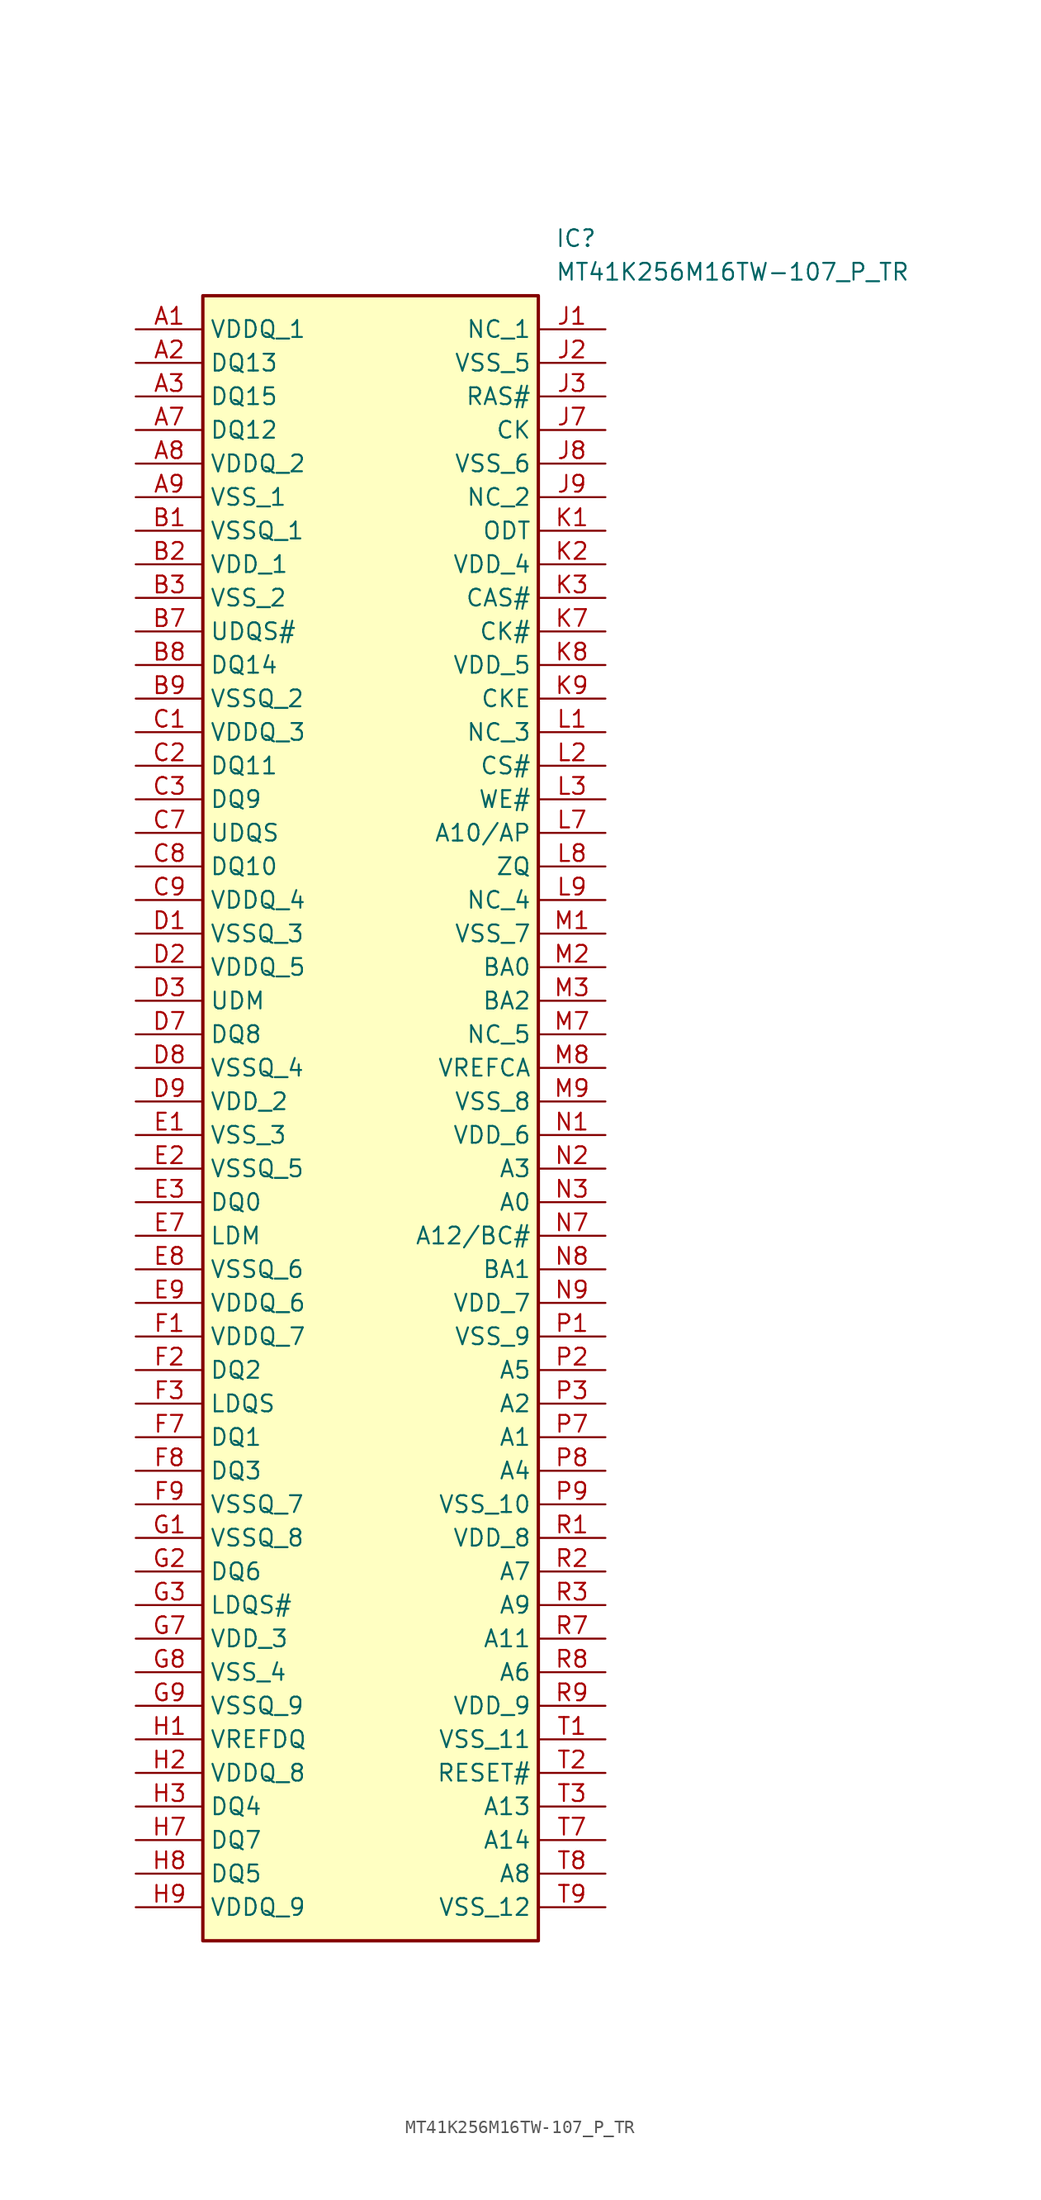
<source format=kicad_sym>
(kicad_symbol_lib
  (version 20211014)
  (generator SamacSys_ECAD_Model)
  (symbol "MT41K256M16TW-107_P_TR"
    (property "Reference" "IC"
      (at 31.75 7.62 0)
      (effects (font (size 1.27 1.27)) (justify left top)))
    (property "Value" "MT41K256M16TW-107_P_TR"
      (at 31.75 5.08 0)
      (effects (font (size 1.27 1.27)) (justify left top)))
    (rectangle
      (start 5.08 2.54)
      (end 30.48 -121.92)
      (stroke (width 0.254) (type default))
      (fill (type background)))
    (pin passive line
      (at 0 0 0)
      (length 5.08)
      (name "VDDQ_1" (effects (font (size 1.27 1.27))))
      (number "A1" (effects (font (size 1.27 1.27)))))
    (pin passive line
      (at 0 -2.54 0)
      (length 5.08)
      (name "DQ13" (effects (font (size 1.27 1.27))))
      (number "A2" (effects (font (size 1.27 1.27)))))
    (pin passive line
      (at 0 -5.08 0)
      (length 5.08)
      (name "DQ15" (effects (font (size 1.27 1.27))))
      (number "A3" (effects (font (size 1.27 1.27)))))
    (pin passive line
      (at 0 -7.62 0)
      (length 5.08)
      (name "DQ12" (effects (font (size 1.27 1.27))))
      (number "A7" (effects (font (size 1.27 1.27)))))
    (pin passive line
      (at 0 -10.16 0)
      (length 5.08)
      (name "VDDQ_2" (effects (font (size 1.27 1.27))))
      (number "A8" (effects (font (size 1.27 1.27)))))
    (pin passive line
      (at 0 -12.7 0)
      (length 5.08)
      (name "VSS_1" (effects (font (size 1.27 1.27))))
      (number "A9" (effects (font (size 1.27 1.27)))))
    (pin passive line
      (at 0 -15.24 0)
      (length 5.08)
      (name "VSSQ_1" (effects (font (size 1.27 1.27))))
      (number "B1" (effects (font (size 1.27 1.27)))))
    (pin passive line
      (at 0 -17.78 0)
      (length 5.08)
      (name "VDD_1" (effects (font (size 1.27 1.27))))
      (number "B2" (effects (font (size 1.27 1.27)))))
    (pin passive line
      (at 0 -20.32 0)
      (length 5.08)
      (name "VSS_2" (effects (font (size 1.27 1.27))))
      (number "B3" (effects (font (size 1.27 1.27)))))
    (pin passive line
      (at 0 -22.86 0)
      (length 5.08)
      (name "UDQS#" (effects (font (size 1.27 1.27))))
      (number "B7" (effects (font (size 1.27 1.27)))))
    (pin passive line
      (at 0 -25.4 0)
      (length 5.08)
      (name "DQ14" (effects (font (size 1.27 1.27))))
      (number "B8" (effects (font (size 1.27 1.27)))))
    (pin passive line
      (at 0 -27.94 0)
      (length 5.08)
      (name "VSSQ_2" (effects (font (size 1.27 1.27))))
      (number "B9" (effects (font (size 1.27 1.27)))))
    (pin passive line
      (at 0 -30.48 0)
      (length 5.08)
      (name "VDDQ_3" (effects (font (size 1.27 1.27))))
      (number "C1" (effects (font (size 1.27 1.27)))))
    (pin passive line
      (at 0 -33.02 0)
      (length 5.08)
      (name "DQ11" (effects (font (size 1.27 1.27))))
      (number "C2" (effects (font (size 1.27 1.27)))))
    (pin passive line
      (at 0 -35.56 0)
      (length 5.08)
      (name "DQ9" (effects (font (size 1.27 1.27))))
      (number "C3" (effects (font (size 1.27 1.27)))))
    (pin passive line
      (at 0 -38.1 0)
      (length 5.08)
      (name "UDQS" (effects (font (size 1.27 1.27))))
      (number "C7" (effects (font (size 1.27 1.27)))))
    (pin passive line
      (at 0 -40.64 0)
      (length 5.08)
      (name "DQ10" (effects (font (size 1.27 1.27))))
      (number "C8" (effects (font (size 1.27 1.27)))))
    (pin passive line
      (at 0 -43.18 0)
      (length 5.08)
      (name "VDDQ_4" (effects (font (size 1.27 1.27))))
      (number "C9" (effects (font (size 1.27 1.27)))))
    (pin passive line
      (at 0 -45.72 0)
      (length 5.08)
      (name "VSSQ_3" (effects (font (size 1.27 1.27))))
      (number "D1" (effects (font (size 1.27 1.27)))))
    (pin passive line
      (at 0 -48.26 0)
      (length 5.08)
      (name "VDDQ_5" (effects (font (size 1.27 1.27))))
      (number "D2" (effects (font (size 1.27 1.27)))))
    (pin passive line
      (at 0 -50.8 0)
      (length 5.08)
      (name "UDM" (effects (font (size 1.27 1.27))))
      (number "D3" (effects (font (size 1.27 1.27)))))
    (pin passive line
      (at 0 -53.34 0)
      (length 5.08)
      (name "DQ8" (effects (font (size 1.27 1.27))))
      (number "D7" (effects (font (size 1.27 1.27)))))
    (pin passive line
      (at 0 -55.88 0)
      (length 5.08)
      (name "VSSQ_4" (effects (font (size 1.27 1.27))))
      (number "D8" (effects (font (size 1.27 1.27)))))
    (pin passive line
      (at 0 -58.42 0)
      (length 5.08)
      (name "VDD_2" (effects (font (size 1.27 1.27))))
      (number "D9" (effects (font (size 1.27 1.27)))))
    (pin passive line
      (at 0 -60.96 0)
      (length 5.08)
      (name "VSS_3" (effects (font (size 1.27 1.27))))
      (number "E1" (effects (font (size 1.27 1.27)))))
    (pin passive line
      (at 0 -63.5 0)
      (length 5.08)
      (name "VSSQ_5" (effects (font (size 1.27 1.27))))
      (number "E2" (effects (font (size 1.27 1.27)))))
    (pin passive line
      (at 0 -66.04 0)
      (length 5.08)
      (name "DQ0" (effects (font (size 1.27 1.27))))
      (number "E3" (effects (font (size 1.27 1.27)))))
    (pin passive line
      (at 0 -68.58 0)
      (length 5.08)
      (name "LDM" (effects (font (size 1.27 1.27))))
      (number "E7" (effects (font (size 1.27 1.27)))))
    (pin passive line
      (at 0 -71.12 0)
      (length 5.08)
      (name "VSSQ_6" (effects (font (size 1.27 1.27))))
      (number "E8" (effects (font (size 1.27 1.27)))))
    (pin passive line
      (at 0 -73.66 0)
      (length 5.08)
      (name "VDDQ_6" (effects (font (size 1.27 1.27))))
      (number "E9" (effects (font (size 1.27 1.27)))))
    (pin passive line
      (at 0 -76.2 0)
      (length 5.08)
      (name "VDDQ_7" (effects (font (size 1.27 1.27))))
      (number "F1" (effects (font (size 1.27 1.27)))))
    (pin passive line
      (at 0 -78.74 0)
      (length 5.08)
      (name "DQ2" (effects (font (size 1.27 1.27))))
      (number "F2" (effects (font (size 1.27 1.27)))))
    (pin passive line
      (at 0 -81.28 0)
      (length 5.08)
      (name "LDQS" (effects (font (size 1.27 1.27))))
      (number "F3" (effects (font (size 1.27 1.27)))))
    (pin passive line
      (at 0 -83.82 0)
      (length 5.08)
      (name "DQ1" (effects (font (size 1.27 1.27))))
      (number "F7" (effects (font (size 1.27 1.27)))))
    (pin passive line
      (at 0 -86.36 0)
      (length 5.08)
      (name "DQ3" (effects (font (size 1.27 1.27))))
      (number "F8" (effects (font (size 1.27 1.27)))))
    (pin passive line
      (at 0 -88.9 0)
      (length 5.08)
      (name "VSSQ_7" (effects (font (size 1.27 1.27))))
      (number "F9" (effects (font (size 1.27 1.27)))))
    (pin passive line
      (at 0 -91.44 0)
      (length 5.08)
      (name "VSSQ_8" (effects (font (size 1.27 1.27))))
      (number "G1" (effects (font (size 1.27 1.27)))))
    (pin passive line
      (at 0 -93.98 0)
      (length 5.08)
      (name "DQ6" (effects (font (size 1.27 1.27))))
      (number "G2" (effects (font (size 1.27 1.27)))))
    (pin passive line
      (at 0 -96.52 0)
      (length 5.08)
      (name "LDQS#" (effects (font (size 1.27 1.27))))
      (number "G3" (effects (font (size 1.27 1.27)))))
    (pin passive line
      (at 0 -99.06 0)
      (length 5.08)
      (name "VDD_3" (effects (font (size 1.27 1.27))))
      (number "G7" (effects (font (size 1.27 1.27)))))
    (pin passive line
      (at 0 -101.6 0)
      (length 5.08)
      (name "VSS_4" (effects (font (size 1.27 1.27))))
      (number "G8" (effects (font (size 1.27 1.27)))))
    (pin passive line
      (at 0 -104.14 0)
      (length 5.08)
      (name "VSSQ_9" (effects (font (size 1.27 1.27))))
      (number "G9" (effects (font (size 1.27 1.27)))))
    (pin passive line
      (at 0 -106.68 0)
      (length 5.08)
      (name "VREFDQ" (effects (font (size 1.27 1.27))))
      (number "H1" (effects (font (size 1.27 1.27)))))
    (pin passive line
      (at 0 -109.22 0)
      (length 5.08)
      (name "VDDQ_8" (effects (font (size 1.27 1.27))))
      (number "H2" (effects (font (size 1.27 1.27)))))
    (pin passive line
      (at 0 -111.76 0)
      (length 5.08)
      (name "DQ4" (effects (font (size 1.27 1.27))))
      (number "H3" (effects (font (size 1.27 1.27)))))
    (pin passive line
      (at 0 -114.3 0)
      (length 5.08)
      (name "DQ7" (effects (font (size 1.27 1.27))))
      (number "H7" (effects (font (size 1.27 1.27)))))
    (pin passive line
      (at 0 -116.84 0)
      (length 5.08)
      (name "DQ5" (effects (font (size 1.27 1.27))))
      (number "H8" (effects (font (size 1.27 1.27)))))
    (pin passive line
      (at 0 -119.38 0)
      (length 5.08)
      (name "VDDQ_9" (effects (font (size 1.27 1.27))))
      (number "H9" (effects (font (size 1.27 1.27)))))
    (pin passive line
      (at 35.56 0 180)
      (length 5.08)
      (name "NC_1" (effects (font (size 1.27 1.27))))
      (number "J1" (effects (font (size 1.27 1.27)))))
    (pin passive line
      (at 35.56 -2.54 180)
      (length 5.08)
      (name "VSS_5" (effects (font (size 1.27 1.27))))
      (number "J2" (effects (font (size 1.27 1.27)))))
    (pin passive line
      (at 35.56 -5.08 180)
      (length 5.08)
      (name "RAS#" (effects (font (size 1.27 1.27))))
      (number "J3" (effects (font (size 1.27 1.27)))))
    (pin passive line
      (at 35.56 -7.62 180)
      (length 5.08)
      (name "CK" (effects (font (size 1.27 1.27))))
      (number "J7" (effects (font (size 1.27 1.27)))))
    (pin passive line
      (at 35.56 -10.16 180)
      (length 5.08)
      (name "VSS_6" (effects (font (size 1.27 1.27))))
      (number "J8" (effects (font (size 1.27 1.27)))))
    (pin passive line
      (at 35.56 -12.7 180)
      (length 5.08)
      (name "NC_2" (effects (font (size 1.27 1.27))))
      (number "J9" (effects (font (size 1.27 1.27)))))
    (pin passive line
      (at 35.56 -15.24 180)
      (length 5.08)
      (name "ODT" (effects (font (size 1.27 1.27))))
      (number "K1" (effects (font (size 1.27 1.27)))))
    (pin passive line
      (at 35.56 -17.78 180)
      (length 5.08)
      (name "VDD_4" (effects (font (size 1.27 1.27))))
      (number "K2" (effects (font (size 1.27 1.27)))))
    (pin passive line
      (at 35.56 -20.32 180)
      (length 5.08)
      (name "CAS#" (effects (font (size 1.27 1.27))))
      (number "K3" (effects (font (size 1.27 1.27)))))
    (pin passive line
      (at 35.56 -22.86 180)
      (length 5.08)
      (name "CK#" (effects (font (size 1.27 1.27))))
      (number "K7" (effects (font (size 1.27 1.27)))))
    (pin passive line
      (at 35.56 -25.4 180)
      (length 5.08)
      (name "VDD_5" (effects (font (size 1.27 1.27))))
      (number "K8" (effects (font (size 1.27 1.27)))))
    (pin passive line
      (at 35.56 -27.94 180)
      (length 5.08)
      (name "CKE" (effects (font (size 1.27 1.27))))
      (number "K9" (effects (font (size 1.27 1.27)))))
    (pin passive line
      (at 35.56 -30.48 180)
      (length 5.08)
      (name "NC_3" (effects (font (size 1.27 1.27))))
      (number "L1" (effects (font (size 1.27 1.27)))))
    (pin passive line
      (at 35.56 -33.02 180)
      (length 5.08)
      (name "CS#" (effects (font (size 1.27 1.27))))
      (number "L2" (effects (font (size 1.27 1.27)))))
    (pin passive line
      (at 35.56 -35.56 180)
      (length 5.08)
      (name "WE#" (effects (font (size 1.27 1.27))))
      (number "L3" (effects (font (size 1.27 1.27)))))
    (pin passive line
      (at 35.56 -38.1 180)
      (length 5.08)
      (name "A10/AP" (effects (font (size 1.27 1.27))))
      (number "L7" (effects (font (size 1.27 1.27)))))
    (pin passive line
      (at 35.56 -40.64 180)
      (length 5.08)
      (name "ZQ" (effects (font (size 1.27 1.27))))
      (number "L8" (effects (font (size 1.27 1.27)))))
    (pin passive line
      (at 35.56 -43.18 180)
      (length 5.08)
      (name "NC_4" (effects (font (size 1.27 1.27))))
      (number "L9" (effects (font (size 1.27 1.27)))))
    (pin passive line
      (at 35.56 -45.72 180)
      (length 5.08)
      (name "VSS_7" (effects (font (size 1.27 1.27))))
      (number "M1" (effects (font (size 1.27 1.27)))))
    (pin passive line
      (at 35.56 -48.26 180)
      (length 5.08)
      (name "BA0" (effects (font (size 1.27 1.27))))
      (number "M2" (effects (font (size 1.27 1.27)))))
    (pin passive line
      (at 35.56 -50.8 180)
      (length 5.08)
      (name "BA2" (effects (font (size 1.27 1.27))))
      (number "M3" (effects (font (size 1.27 1.27)))))
    (pin passive line
      (at 35.56 -53.34 180)
      (length 5.08)
      (name "NC_5" (effects (font (size 1.27 1.27))))
      (number "M7" (effects (font (size 1.27 1.27)))))
    (pin passive line
      (at 35.56 -55.88 180)
      (length 5.08)
      (name "VREFCA" (effects (font (size 1.27 1.27))))
      (number "M8" (effects (font (size 1.27 1.27)))))
    (pin passive line
      (at 35.56 -58.42 180)
      (length 5.08)
      (name "VSS_8" (effects (font (size 1.27 1.27))))
      (number "M9" (effects (font (size 1.27 1.27)))))
    (pin passive line
      (at 35.56 -60.96 180)
      (length 5.08)
      (name "VDD_6" (effects (font (size 1.27 1.27))))
      (number "N1" (effects (font (size 1.27 1.27)))))
    (pin passive line
      (at 35.56 -63.5 180)
      (length 5.08)
      (name "A3" (effects (font (size 1.27 1.27))))
      (number "N2" (effects (font (size 1.27 1.27)))))
    (pin passive line
      (at 35.56 -66.04 180)
      (length 5.08)
      (name "A0" (effects (font (size 1.27 1.27))))
      (number "N3" (effects (font (size 1.27 1.27)))))
    (pin passive line
      (at 35.56 -68.58 180)
      (length 5.08)
      (name "A12/BC#" (effects (font (size 1.27 1.27))))
      (number "N7" (effects (font (size 1.27 1.27)))))
    (pin passive line
      (at 35.56 -71.12 180)
      (length 5.08)
      (name "BA1" (effects (font (size 1.27 1.27))))
      (number "N8" (effects (font (size 1.27 1.27)))))
    (pin passive line
      (at 35.56 -73.66 180)
      (length 5.08)
      (name "VDD_7" (effects (font (size 1.27 1.27))))
      (number "N9" (effects (font (size 1.27 1.27)))))
    (pin passive line
      (at 35.56 -76.2 180)
      (length 5.08)
      (name "VSS_9" (effects (font (size 1.27 1.27))))
      (number "P1" (effects (font (size 1.27 1.27)))))
    (pin passive line
      (at 35.56 -78.74 180)
      (length 5.08)
      (name "A5" (effects (font (size 1.27 1.27))))
      (number "P2" (effects (font (size 1.27 1.27)))))
    (pin passive line
      (at 35.56 -81.28 180)
      (length 5.08)
      (name "A2" (effects (font (size 1.27 1.27))))
      (number "P3" (effects (font (size 1.27 1.27)))))
    (pin passive line
      (at 35.56 -83.82 180)
      (length 5.08)
      (name "A1" (effects (font (size 1.27 1.27))))
      (number "P7" (effects (font (size 1.27 1.27)))))
    (pin passive line
      (at 35.56 -86.36 180)
      (length 5.08)
      (name "A4" (effects (font (size 1.27 1.27))))
      (number "P8" (effects (font (size 1.27 1.27)))))
    (pin passive line
      (at 35.56 -88.9 180)
      (length 5.08)
      (name "VSS_10" (effects (font (size 1.27 1.27))))
      (number "P9" (effects (font (size 1.27 1.27)))))
    (pin passive line
      (at 35.56 -91.44 180)
      (length 5.08)
      (name "VDD_8" (effects (font (size 1.27 1.27))))
      (number "R1" (effects (font (size 1.27 1.27)))))
    (pin passive line
      (at 35.56 -93.98 180)
      (length 5.08)
      (name "A7" (effects (font (size 1.27 1.27))))
      (number "R2" (effects (font (size 1.27 1.27)))))
    (pin passive line
      (at 35.56 -96.52 180)
      (length 5.08)
      (name "A9" (effects (font (size 1.27 1.27))))
      (number "R3" (effects (font (size 1.27 1.27)))))
    (pin passive line
      (at 35.56 -99.06 180)
      (length 5.08)
      (name "A11" (effects (font (size 1.27 1.27))))
      (number "R7" (effects (font (size 1.27 1.27)))))
    (pin passive line
      (at 35.56 -101.6 180)
      (length 5.08)
      (name "A6" (effects (font (size 1.27 1.27))))
      (number "R8" (effects (font (size 1.27 1.27)))))
    (pin passive line
      (at 35.56 -104.14 180)
      (length 5.08)
      (name "VDD_9" (effects (font (size 1.27 1.27))))
      (number "R9" (effects (font (size 1.27 1.27)))))
    (pin passive line
      (at 35.56 -106.68 180)
      (length 5.08)
      (name "VSS_11" (effects (font (size 1.27 1.27))))
      (number "T1" (effects (font (size 1.27 1.27)))))
    (pin passive line
      (at 35.56 -109.22 180)
      (length 5.08)
      (name "RESET#" (effects (font (size 1.27 1.27))))
      (number "T2" (effects (font (size 1.27 1.27)))))
    (pin passive line
      (at 35.56 -111.76 180)
      (length 5.08)
      (name "A13" (effects (font (size 1.27 1.27))))
      (number "T3" (effects (font (size 1.27 1.27)))))
    (pin passive line
      (at 35.56 -114.3 180)
      (length 5.08)
      (name "A14" (effects (font (size 1.27 1.27))))
      (number "T7" (effects (font (size 1.27 1.27)))))
    (pin passive line
      (at 35.56 -116.84 180)
      (length 5.08)
      (name "A8" (effects (font (size 1.27 1.27))))
      (number "T8" (effects (font (size 1.27 1.27)))))
    (pin passive line
      (at 35.56 -119.38 180)
      (length 5.08)
      (name "VSS_12" (effects (font (size 1.27 1.27))))
      (number "T9" (effects (font (size 1.27 1.27)))))))
</source>
